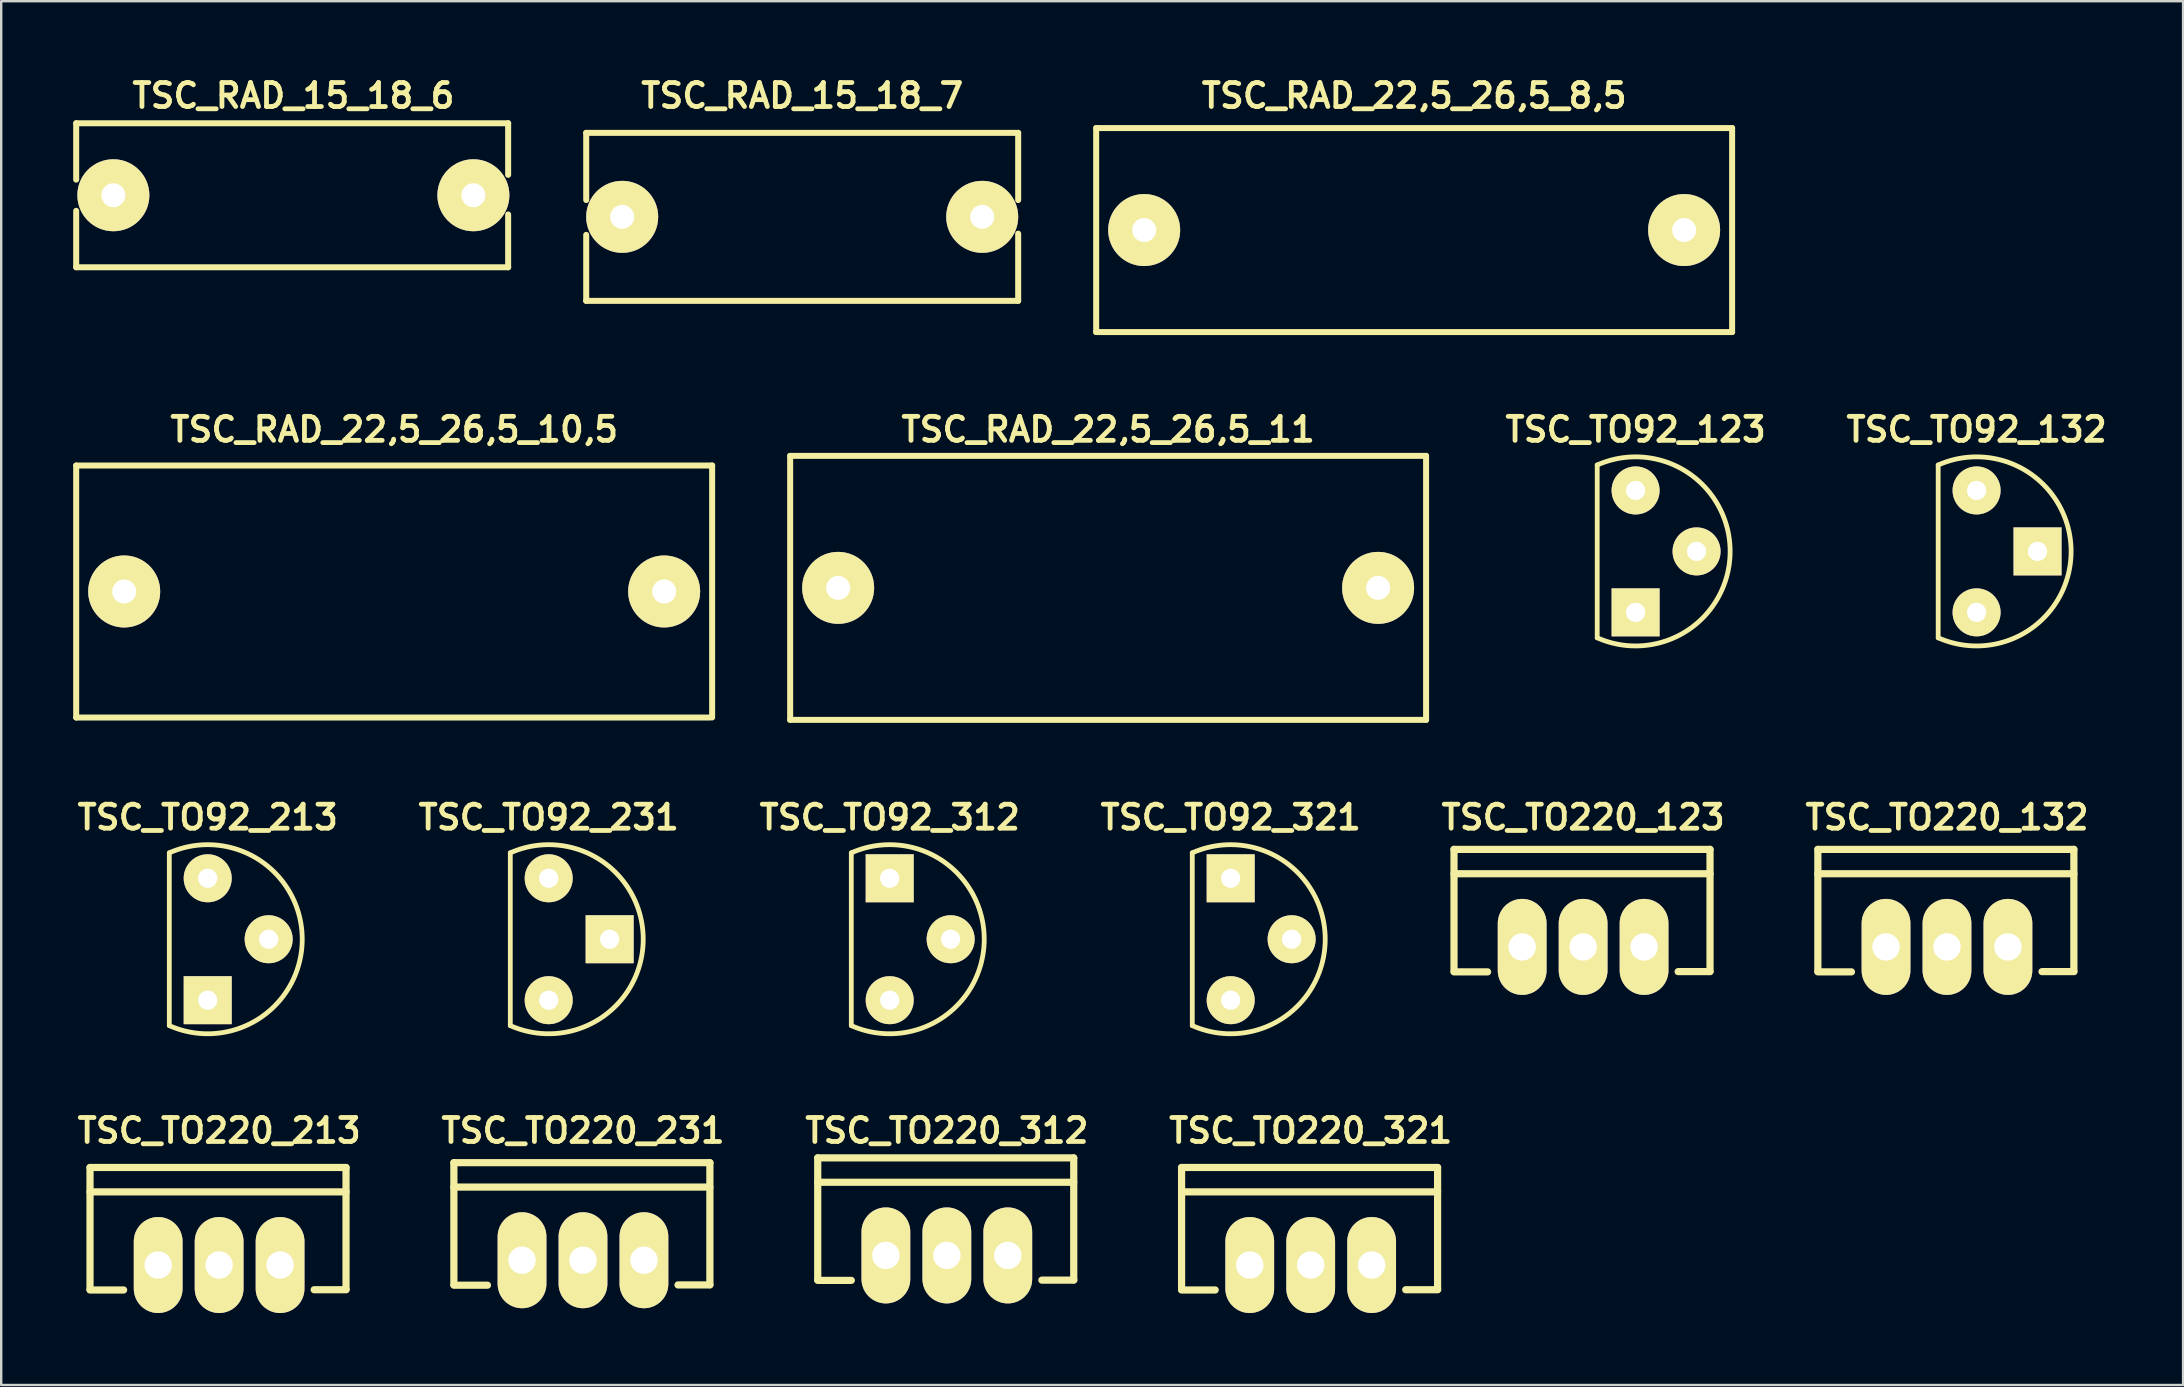
<source format=kicad_pcb>
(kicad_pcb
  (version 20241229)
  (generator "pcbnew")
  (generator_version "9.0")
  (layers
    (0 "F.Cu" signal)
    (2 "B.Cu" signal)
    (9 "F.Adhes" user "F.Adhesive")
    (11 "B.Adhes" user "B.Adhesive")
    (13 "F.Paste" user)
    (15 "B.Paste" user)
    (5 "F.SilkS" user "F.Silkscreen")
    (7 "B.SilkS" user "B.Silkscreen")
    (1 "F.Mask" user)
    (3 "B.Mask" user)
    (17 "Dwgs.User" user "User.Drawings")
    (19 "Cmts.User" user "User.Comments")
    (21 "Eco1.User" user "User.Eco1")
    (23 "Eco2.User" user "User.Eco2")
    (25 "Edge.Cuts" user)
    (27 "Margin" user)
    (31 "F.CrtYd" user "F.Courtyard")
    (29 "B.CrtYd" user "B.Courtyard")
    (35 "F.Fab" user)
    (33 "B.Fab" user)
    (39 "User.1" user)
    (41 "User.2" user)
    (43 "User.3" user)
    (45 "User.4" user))
  (footprint "TSC_TO220_213"
    (layer "F.Cu")
    (at 6.081 49.664)
    (property "Reference" "TSC_TO220_213" (at 0 -5.6 0) (layer "F.SilkS") (effects (font (size 1 1) (thickness 0.2))))
    (attr through_hole)
    (fp_line (start -5.38 -4.064) (end 5.288 -4.064) (stroke (width 0.3) (type solid)) (layer "F.SilkS"))
    (fp_line (start -5.38 -3.048) (end 5.288 -3.048) (stroke (width 0.3) (type solid)) (layer "F.SilkS"))
    (fp_line (start -5.38 1.016) (end -5.38 -4.064) (stroke (width 0.3) (type solid)) (layer "F.SilkS"))
    (fp_line (start -5.38 1.04) (end -3.98 1.04) (stroke (width 0.3) (type solid)) (layer "F.SilkS"))
    (fp_line (start 5.288 1.016) (end 5.288 -4.064) (stroke (width 0.3) (type solid)) (layer "F.SilkS"))
    (fp_line (start 5.29 1.03) (end 3.96 1.03) (stroke (width 0.3) (type solid)) (layer "F.SilkS"))
    (pad "1" thru_hole oval (at 0 0) (size 2.032 4) (drill 1.143) (layers "*.Cu" "*.Mask" "F.SilkS"))
    (pad "2" thru_hole oval (at -2.54 0) (size 2.032 4) (drill 1.143) (layers "*.Cu" "*.Mask" "F.SilkS"))
    (pad "3" thru_hole oval (at 2.54 0) (size 2.032 4) (drill 1.143) (layers "*.Cu" "*.Mask" "F.SilkS")))
  (footprint "TSC_TO92_123"
    (layer "F.Cu")
    (at 65.106 19.927)
    (property "Reference" "TSC_TO92_123" (at 0 -5.08 0) (layer "F.SilkS") (effects (font (size 1 1) (thickness 0.2))))
    (attr through_hole)
    (fp_line (start -1.6 3.6) (end -1.6 -3.6) (stroke (width 0.2) (type solid)) (layer "F.SilkS"))
    (fp_arc (start -1.6 -3.6) (mid 3.939543 -0.000859) (end -1.59843 3.600697) (stroke (width 0.2) (type solid)) (layer "F.SilkS"))
    (pad "1" thru_hole circle (at 0 -2.54) (size 2 2) (drill 0.8) (layers "*.Cu" "*.Mask" "F.SilkS"))
    (pad "2" thru_hole circle (at 2.54 0) (size 2 2) (drill 0.8) (layers "*.Cu" "*.Mask" "F.SilkS"))
    (pad "3" thru_hole rect (at 0 2.54) (size 2 2) (drill 0.8) (layers "*.Cu" "*.Mask" "F.SilkS")))
  (footprint "TSC_TO92_213"
    (layer "F.Cu")
    (at 5.605 36.088)
    (property "Reference" "TSC_TO92_213" (at 0 -5.08 0) (layer "F.SilkS") (effects (font (size 1 1) (thickness 0.2))))
    (attr through_hole)
    (fp_line (start -1.6 3.6) (end -1.6 -3.6) (stroke (width 0.2) (type solid)) (layer "F.SilkS"))
    (fp_arc (start -1.6 -3.6) (mid 3.939543 -0.000859) (end -1.59843 3.600697) (stroke (width 0.2) (type solid)) (layer "F.SilkS"))
    (pad "1" thru_hole circle (at 2.54 0) (size 2 2) (drill 0.8) (layers "*.Cu" "*.Mask" "F.SilkS"))
    (pad "2" thru_hole circle (at 0 -2.54) (size 2 2) (drill 0.8) (layers "*.Cu" "*.Mask" "F.SilkS"))
    (pad "3" thru_hole rect (at 0 2.54) (size 2 2) (drill 0.8) (layers "*.Cu" "*.Mask" "F.SilkS")))
  (footprint "TSC_TO220_321"
    (layer "F.Cu")
    (at 51.567 49.664)
    (property "Reference" "TSC_TO220_321" (at 0 -5.6 0) (layer "F.SilkS") (effects (font (size 1 1) (thickness 0.2))))
    (attr through_hole)
    (fp_line (start -5.38 -4.064) (end 5.288 -4.064) (stroke (width 0.3) (type solid)) (layer "F.SilkS"))
    (fp_line (start -5.38 -3.048) (end 5.288 -3.048) (stroke (width 0.3) (type solid)) (layer "F.SilkS"))
    (fp_line (start -5.38 1.016) (end -5.38 -4.064) (stroke (width 0.3) (type solid)) (layer "F.SilkS"))
    (fp_line (start -5.38 1.04) (end -3.98 1.04) (stroke (width 0.3) (type solid)) (layer "F.SilkS"))
    (fp_line (start 5.288 1.016) (end 5.288 -4.064) (stroke (width 0.3) (type solid)) (layer "F.SilkS"))
    (fp_line (start 5.29 1.03) (end 3.96 1.03) (stroke (width 0.3) (type solid)) (layer "F.SilkS"))
    (pad "1" thru_hole oval (at 2.54 0) (size 2.032 4) (drill 1.143) (layers "*.Cu" "*.Mask" "F.SilkS"))
    (pad "2" thru_hole oval (at 0 0) (size 2.032 4) (drill 1.143) (layers "*.Cu" "*.Mask" "F.SilkS"))
    (pad "3" thru_hole oval (at -2.54 0) (size 2.032 4) (drill 1.143) (layers "*.Cu" "*.Mask" "F.SilkS")))
  (footprint "TSC_TO220_132"
    (layer "F.Cu")
    (at 78.081 36.408)
    (property "Reference" "TSC_TO220_132" (at 0 -5.4 0) (layer "F.SilkS") (effects (font (size 1 1) (thickness 0.2))))
    (attr through_hole)
    (fp_line (start -5.38 -4.064) (end 5.288 -4.064) (stroke (width 0.3) (type solid)) (layer "F.SilkS"))
    (fp_line (start -5.38 -3.048) (end 5.288 -3.048) (stroke (width 0.3) (type solid)) (layer "F.SilkS"))
    (fp_line (start -5.38 1.016) (end -5.38 -4.064) (stroke (width 0.3) (type solid)) (layer "F.SilkS"))
    (fp_line (start -5.38 1.04) (end -3.98 1.04) (stroke (width 0.3) (type solid)) (layer "F.SilkS"))
    (fp_line (start 5.288 1.016) (end 5.288 -4.064) (stroke (width 0.3) (type solid)) (layer "F.SilkS"))
    (fp_line (start 5.29 1.03) (end 3.96 1.03) (stroke (width 0.3) (type solid)) (layer "F.SilkS"))
    (pad "1" thru_hole oval (at -2.54 0) (size 2.032 4) (drill 1.143) (layers "*.Cu" "*.Mask" "F.SilkS"))
    (pad "2" thru_hole oval (at 2.54 0) (size 2.032 4) (drill 1.143) (layers "*.Cu" "*.Mask" "F.SilkS"))
    (pad "3" thru_hole oval (at 0 0) (size 2.032 4) (drill 1.143) (layers "*.Cu" "*.Mask" "F.SilkS")))
  (footprint "TSC_RAD_22,5_26,5_8,5"
    (layer "F.Cu")
    (at 55.878 6.536)
    (property "Reference" "TSC_RAD_22,5_26,5_8,5" (at 0 -5.6 0) (layer "F.SilkS") (effects (font (size 1 1) (thickness 0.2))))
    (attr through_hole)
    (fp_line (start -13.25 4.25) (end -13.25 -4.25) (stroke (width 0.25) (type solid)) (layer "F.SilkS"))
    (fp_line (start -13.25 4.25) (end 13.25 4.25) (stroke (width 0.25) (type solid)) (layer "F.SilkS"))
    (fp_line (start 13.25 4.25) (end 13.25 -4.25) (stroke (width 0.25) (type solid)) (layer "F.SilkS"))
    (fp_line (start 13.25 -4.249) (end -13.25 -4.249) (stroke (width 0.25) (type solid)) (layer "F.SilkS"))
    (pad "1" thru_hole circle (at -11.25 0) (size 3 3) (drill 1.001) (layers "*.Cu" "*.Mask" "F.SilkS"))
    (pad "2" thru_hole circle (at 11.25 0) (size 3 3) (drill 1.001) (layers "*.Cu" "*.Mask" "F.SilkS")))
  (footprint "TSC_TO220_231"
    (layer "F.Cu")
    (at 21.243 49.464)
    (property "Reference" "TSC_TO220_231" (at 0 -5.4 0) (layer "F.SilkS") (effects (font (size 1 1) (thickness 0.2))))
    (attr through_hole)
    (fp_line (start -5.38 -4.064) (end 5.288 -4.064) (stroke (width 0.3) (type solid)) (layer "F.SilkS"))
    (fp_line (start -5.38 -3.048) (end 5.288 -3.048) (stroke (width 0.3) (type solid)) (layer "F.SilkS"))
    (fp_line (start -5.38 1.016) (end -5.38 -4.064) (stroke (width 0.3) (type solid)) (layer "F.SilkS"))
    (fp_line (start -5.38 1.04) (end -3.98 1.04) (stroke (width 0.3) (type solid)) (layer "F.SilkS"))
    (fp_line (start 5.288 1.016) (end 5.288 -4.064) (stroke (width 0.3) (type solid)) (layer "F.SilkS"))
    (fp_line (start 5.29 1.03) (end 3.96 1.03) (stroke (width 0.3) (type solid)) (layer "F.SilkS"))
    (pad "1" thru_hole oval (at 2.54 0) (size 2.032 4) (drill 1.143) (layers "*.Cu" "*.Mask" "F.SilkS"))
    (pad "2" thru_hole oval (at -2.54 0) (size 2.032 4) (drill 1.143) (layers "*.Cu" "*.Mask" "F.SilkS"))
    (pad "3" thru_hole oval (at 0 0) (size 2.032 4) (drill 1.143) (layers "*.Cu" "*.Mask" "F.SilkS")))
  (footprint "TSC_RAD_15_18_7"
    (layer "F.Cu")
    (at 30.378 5.986)
    (property "Reference" "TSC_RAD_15_18_7" (at 0 -5.05 0) (layer "F.SilkS") (effects (font (size 1 1) (thickness 0.2))))
    (attr through_hole)
    (fp_line (start -9.002 -3.5) (end 8.999 -3.5) (stroke (width 0.25) (type solid)) (layer "F.SilkS"))
    (fp_line (start -9 -3.5) (end -9 -0.7) (stroke (width 0.25) (type solid)) (layer "F.SilkS"))
    (fp_line (start -9 3.5) (end -9 0.75) (stroke (width 0.25) (type solid)) (layer "F.SilkS"))
    (fp_line (start 8.999 3.5) (end -9.002 3.5) (stroke (width 0.25) (type solid)) (layer "F.SilkS"))
    (fp_line (start 9 -3.5) (end 9 -0.7) (stroke (width 0.25) (type solid)) (layer "F.SilkS"))
    (fp_line (start 9 3.5) (end 9 0.7) (stroke (width 0.25) (type solid)) (layer "F.SilkS"))
    (pad "1" thru_hole circle (at -7.501 0) (size 3 3) (drill 1.001) (layers "*.Cu" "*.Mask" "F.SilkS"))
    (pad "2" thru_hole circle (at 7.501 0) (size 3 3) (drill 1.001) (layers "*.Cu" "*.Mask" "F.SilkS")))
  (footprint "TSC_TO92_312"
    (layer "F.Cu")
    (at 34.024 36.088)
    (property "Reference" "TSC_TO92_312" (at 0 -5.08 0) (layer "F.SilkS") (effects (font (size 1 1) (thickness 0.2))))
    (attr through_hole)
    (fp_line (start -1.6 3.6) (end -1.6 -3.6) (stroke (width 0.2) (type solid)) (layer "F.SilkS"))
    (fp_arc (start -1.6 -3.6) (mid 3.939543 -0.000859) (end -1.59843 3.600697) (stroke (width 0.2) (type solid)) (layer "F.SilkS"))
    (pad "1" thru_hole circle (at 2.54 0) (size 2 2) (drill 0.8) (layers "*.Cu" "*.Mask" "F.SilkS"))
    (pad "2" thru_hole circle (at 0 2.54) (size 2 2) (drill 0.8) (layers "*.Cu" "*.Mask" "F.SilkS"))
    (pad "3" thru_hole rect (at 0 -2.54) (size 2 2) (drill 0.8) (layers "*.Cu" "*.Mask" "F.SilkS")))
  (footprint "TSC_RAD_22,5_26,5_11"
    (layer "F.Cu")
    (at 43.126 21.447)
    (property "Reference" "TSC_RAD_22,5_26,5_11" (at 0 -6.6 0) (layer "F.SilkS") (effects (font (size 1 1) (thickness 0.2))))
    (attr through_hole)
    (fp_line (start -13.25 -5.501) (end 13.25 -5.501) (stroke (width 0.25) (type solid)) (layer "F.SilkS"))
    (fp_line (start -13.25 5.5) (end -13.25 -5.5) (stroke (width 0.25) (type solid)) (layer "F.SilkS"))
    (fp_line (start 13.25 5.5) (end -13.25 5.5) (stroke (width 0.25) (type solid)) (layer "F.SilkS"))
    (fp_line (start 13.25 5.5) (end 13.25 -5.5) (stroke (width 0.25) (type solid)) (layer "F.SilkS"))
    (pad "1" thru_hole circle (at -11.25 0) (size 3 3) (drill 1.001) (layers "*.Cu" "*.Mask" "F.SilkS"))
    (pad "2" thru_hole circle (at 11.25 0) (size 3 3) (drill 1.001) (layers "*.Cu" "*.Mask" "F.SilkS")))
  (footprint "TSC_TO92_321"
    (layer "F.Cu")
    (at 48.233 36.088)
    (property "Reference" "TSC_TO92_321" (at 0 -5.08 0) (layer "F.SilkS") (effects (font (size 1 1) (thickness 0.2))))
    (attr through_hole)
    (fp_line (start -1.6 3.6) (end -1.6 -3.6) (stroke (width 0.2) (type solid)) (layer "F.SilkS"))
    (fp_arc (start -1.6 -3.6) (mid 3.939543 -0.000859) (end -1.59843 3.600697) (stroke (width 0.2) (type solid)) (layer "F.SilkS"))
    (pad "1" thru_hole circle (at 0 2.54) (size 2 2) (drill 0.8) (layers "*.Cu" "*.Mask" "F.SilkS"))
    (pad "2" thru_hole circle (at 2.54 0) (size 2 2) (drill 0.8) (layers "*.Cu" "*.Mask" "F.SilkS"))
    (pad "3" thru_hole rect (at 0 -2.54) (size 2 2) (drill 0.8) (layers "*.Cu" "*.Mask" "F.SilkS")))
  (footprint "TSC_TO92_231"
    (layer "F.Cu")
    (at 19.814 36.088)
    (property "Reference" "TSC_TO92_231" (at 0 -5.08 0) (layer "F.SilkS") (effects (font (size 1 1) (thickness 0.2))))
    (attr through_hole)
    (fp_line (start -1.6 3.6) (end -1.6 -3.6) (stroke (width 0.2) (type solid)) (layer "F.SilkS"))
    (fp_arc (start -1.6 -3.6) (mid 3.939543 -0.000859) (end -1.59843 3.600697) (stroke (width 0.2) (type solid)) (layer "F.SilkS"))
    (pad "1" thru_hole circle (at 0 2.54) (size 2 2) (drill 0.8) (layers "*.Cu" "*.Mask" "F.SilkS"))
    (pad "2" thru_hole circle (at 0 -2.54) (size 2 2) (drill 0.8) (layers "*.Cu" "*.Mask" "F.SilkS"))
    (pad "3" thru_hole rect (at 2.54 0) (size 2 2) (drill 0.8) (layers "*.Cu" "*.Mask" "F.SilkS")))
  (footprint "TSC_TO220_123"
    (layer "F.Cu")
    (at 62.919 36.408)
    (property "Reference" "TSC_TO220_123" (at 0 -5.4 0) (layer "F.SilkS") (effects (font (size 1 1) (thickness 0.2))))
    (attr through_hole)
    (fp_line (start -5.38 -4.064) (end 5.288 -4.064) (stroke (width 0.3) (type solid)) (layer "F.SilkS"))
    (fp_line (start -5.38 -3.048) (end 5.288 -3.048) (stroke (width 0.3) (type solid)) (layer "F.SilkS"))
    (fp_line (start -5.38 1.016) (end -5.38 -4.064) (stroke (width 0.3) (type solid)) (layer "F.SilkS"))
    (fp_line (start -5.38 1.04) (end -3.98 1.04) (stroke (width 0.3) (type solid)) (layer "F.SilkS"))
    (fp_line (start 5.288 1.016) (end 5.288 -4.064) (stroke (width 0.3) (type solid)) (layer "F.SilkS"))
    (fp_line (start 5.29 1.03) (end 3.96 1.03) (stroke (width 0.3) (type solid)) (layer "F.SilkS"))
    (pad "1" thru_hole oval (at -2.54 0) (size 2.032 4) (drill 1.143) (layers "*.Cu" "*.Mask" "F.SilkS"))
    (pad "2" thru_hole oval (at 0 0) (size 2.032 4) (drill 1.143) (layers "*.Cu" "*.Mask" "F.SilkS"))
    (pad "3" thru_hole oval (at 2.54 0) (size 2.032 4) (drill 1.143) (layers "*.Cu" "*.Mask" "F.SilkS")))
  (footprint "TSC_RAD_22,5_26,5_10,5"
    (layer "F.Cu")
    (at 13.375 21.597)
    (property "Reference" "TSC_RAD_22,5_26,5_10,5" (at 0 -6.75 0) (layer "F.SilkS") (effects (font (size 1 1) (thickness 0.2))))
    (attr through_hole)
    (fp_line (start -13.25 5.25) (end -13.25 -5.25) (stroke (width 0.25) (type solid)) (layer "F.SilkS"))
    (fp_line (start -13.249 -5.248) (end 13.251 -5.248) (stroke (width 0.25) (type solid)) (layer "F.SilkS"))
    (fp_line (start 13.151 5.253) (end -13.25 5.253) (stroke (width 0.25) (type solid)) (layer "F.SilkS"))
    (fp_line (start 13.25 5.25) (end 13.25 -5.25) (stroke (width 0.25) (type solid)) (layer "F.SilkS"))
    (pad "1" thru_hole circle (at -11.25 0) (size 3 3) (drill 1.001) (layers "*.Cu" "*.Mask" "F.SilkS"))
    (pad "2" thru_hole circle (at 11.25 0) (size 3 3) (drill 1.001) (layers "*.Cu" "*.Mask" "F.SilkS")))
  (footprint "TSC_RAD_15_18_6"
    (layer "F.Cu")
    (at 9.175 5.086)
    (property "Reference" "TSC_RAD_15_18_6" (at 0 -4.15 0) (layer "F.SilkS") (effects (font (size 1 1) (thickness 0.2))))
    (attr through_hole)
    (fp_line (start -9.05 -3) (end 8.951 -3) (stroke (width 0.25) (type solid)) (layer "F.SilkS"))
    (fp_line (start -9.05 -3) (end -9.05 -0.65) (stroke (width 0.25) (type solid)) (layer "F.SilkS"))
    (fp_line (start -9.05 3) (end -9.05 0.65) (stroke (width 0.25) (type solid)) (layer "F.SilkS"))
    (fp_line (start 8.95 -3) (end 8.95 -0.85) (stroke (width 0.25) (type solid)) (layer "F.SilkS"))
    (fp_line (start 8.95 3) (end 8.95 0.8) (stroke (width 0.25) (type solid)) (layer "F.SilkS"))
    (fp_line (start 8.951 3) (end -9.05 3) (stroke (width 0.25) (type solid)) (layer "F.SilkS"))
    (pad "1" thru_hole circle (at -7.501 0) (size 3 3) (drill 1.001) (layers "*.Cu" "*.Mask" "F.SilkS"))
    (pad "2" thru_hole circle (at 7.501 0) (size 3 3) (drill 1.001) (layers "*.Cu" "*.Mask" "F.SilkS")))
  (footprint "TSC_TO220_312"
    (layer "F.Cu")
    (at 36.405 49.264)
    (property "Reference" "TSC_TO220_312" (at 0 -5.2 0) (layer "F.SilkS") (effects (font (size 1 1) (thickness 0.2))))
    (attr through_hole)
    (fp_line (start -5.38 -4.064) (end 5.288 -4.064) (stroke (width 0.3) (type solid)) (layer "F.SilkS"))
    (fp_line (start -5.38 -3.048) (end 5.288 -3.048) (stroke (width 0.3) (type solid)) (layer "F.SilkS"))
    (fp_line (start -5.38 1.016) (end -5.38 -4.064) (stroke (width 0.3) (type solid)) (layer "F.SilkS"))
    (fp_line (start -5.38 1.04) (end -3.98 1.04) (stroke (width 0.3) (type solid)) (layer "F.SilkS"))
    (fp_line (start 5.288 1.016) (end 5.288 -4.064) (stroke (width 0.3) (type solid)) (layer "F.SilkS"))
    (fp_line (start 5.29 1.03) (end 3.96 1.03) (stroke (width 0.3) (type solid)) (layer "F.SilkS"))
    (pad "1" thru_hole oval (at 0 0) (size 2.032 4) (drill 1.143) (layers "*.Cu" "*.Mask" "F.SilkS"))
    (pad "2" thru_hole oval (at 2.54 0) (size 2.032 4) (drill 1.143) (layers "*.Cu" "*.Mask" "F.SilkS"))
    (pad "3" thru_hole oval (at -2.54 0) (size 2.032 4) (drill 1.143) (layers "*.Cu" "*.Mask" "F.SilkS")))
  (footprint "TSC_TO92_132"
    (layer "F.Cu")
    (at 79.315 19.927)
    (property "Reference" "TSC_TO92_132" (at 0 -5.08 0) (layer "F.SilkS") (effects (font (size 1 1) (thickness 0.2))))
    (attr through_hole)
    (fp_line (start -1.6 3.6) (end -1.6 -3.6) (stroke (width 0.2) (type solid)) (layer "F.SilkS"))
    (fp_arc (start -1.6 -3.6) (mid 3.939543 -0.000859) (end -1.59843 3.600697) (stroke (width 0.2) (type solid)) (layer "F.SilkS"))
    (pad "1" thru_hole circle (at 0 -2.54) (size 2 2) (drill 0.8) (layers "*.Cu" "*.Mask" "F.SilkS"))
    (pad "2" thru_hole circle (at 0 2.54) (size 2 2) (drill 0.8) (layers "*.Cu" "*.Mask" "F.SilkS"))
    (pad "3" thru_hole rect (at 2.54 0) (size 2 2) (drill 0.8) (layers "*.Cu" "*.Mask" "F.SilkS")))
  (gr_rect
    (start -3 -3)
    (end 87.92 54.664)
    (stroke (width 0.1) (type default))
    (fill no)
    (layer "Edge.Cuts")))
</source>
